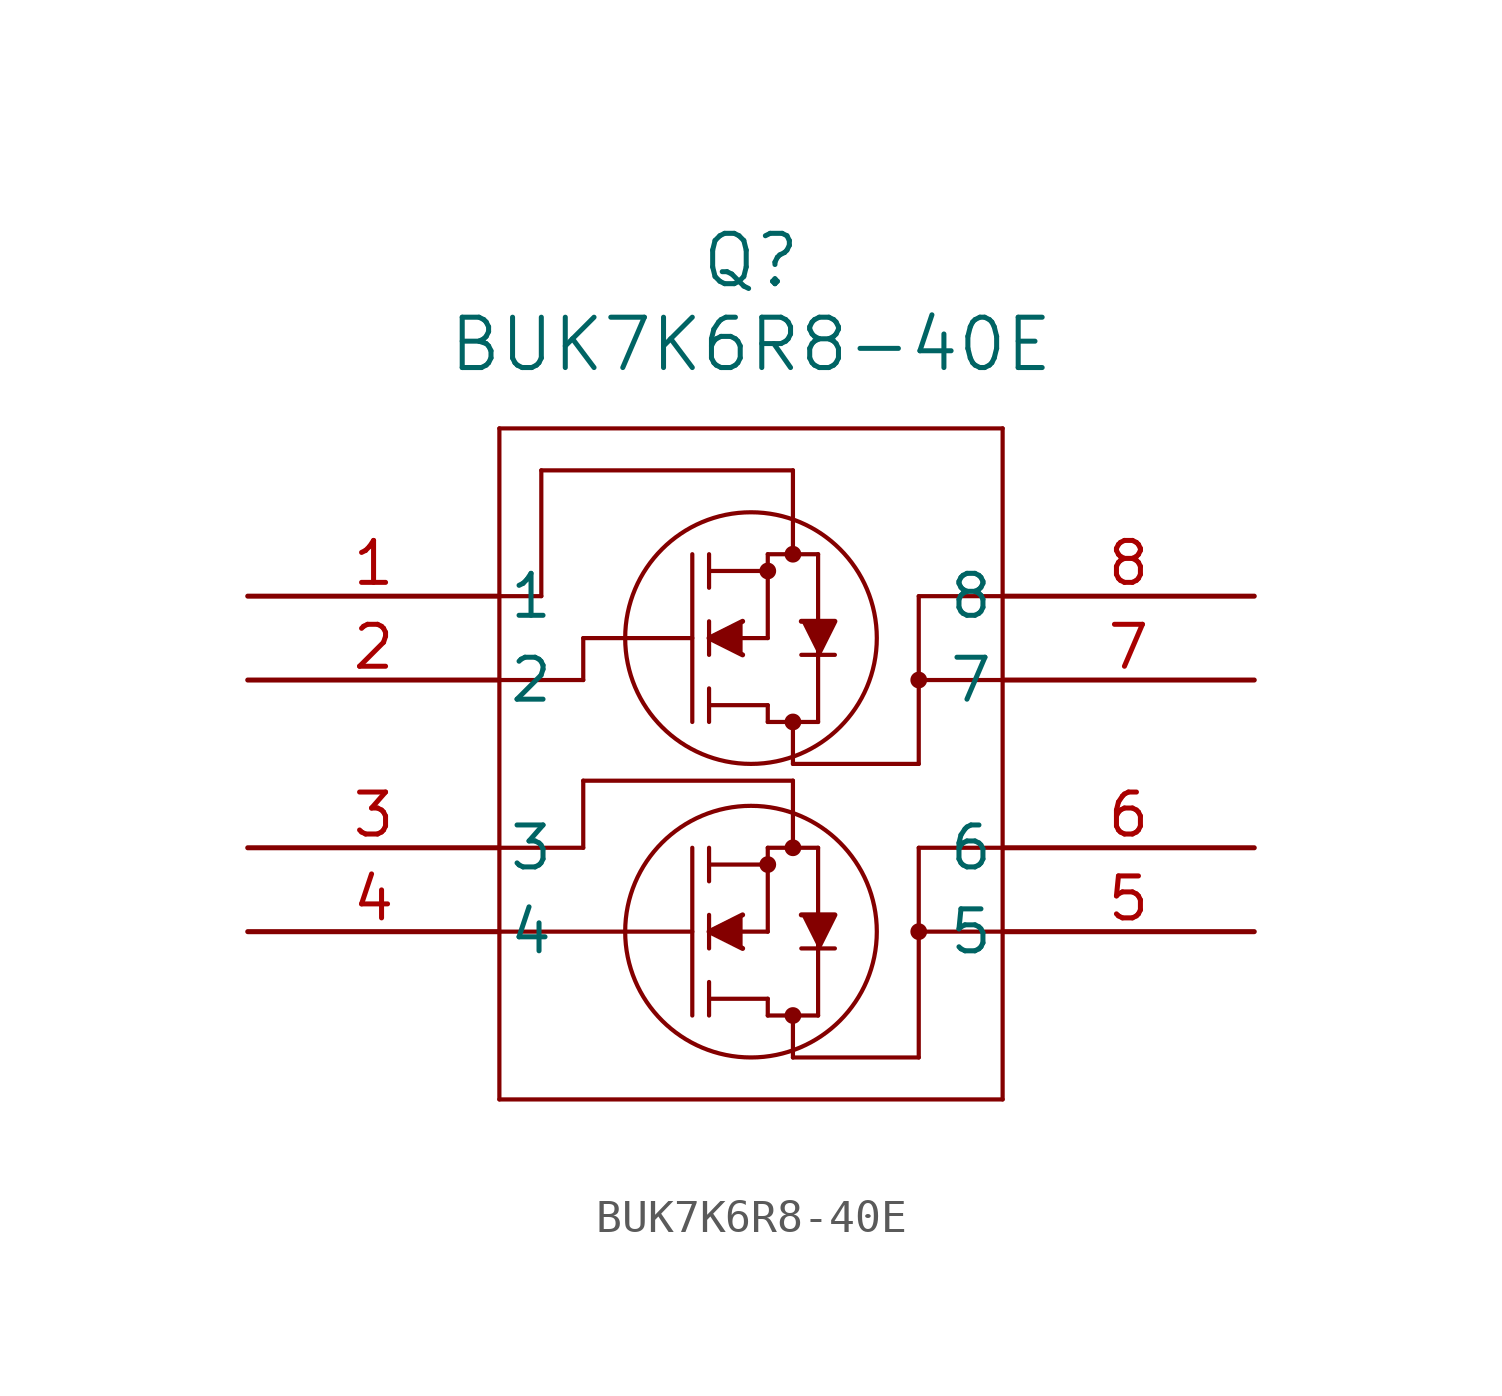
<source format=kicad_sym>
(kicad_symbol_lib
  (version 20231120)
  (generator "kicad_symbol_editor")
  (generator_version "8.0")
  (symbol "BUK7K6R8-40E"
    (pin_names
      (offset 0.254))
    (property "Reference" "Q"
      (at 15.24 10.16 0)
      (effects (font (size 1.524 1.524))))
    (property "Value" "BUK7K6R8-40E"
      (at 15.24 7.62 0)
      (effects (font (size 1.524 1.524))))
    (property "ki_locked" ""
      (at 0 0 0)
      (effects (font (size 1.27 1.27))))
    (symbol "BUK7K6R8-40E_0_1"
      (polyline (pts (xy 7.62 -15.24) (xy 22.86 -15.24)) (stroke (width 0.127) (type default)) (fill (type none)))
      (polyline (pts (xy 7.62 -10.16) (xy 13.462 -10.16)) (stroke (width 0.127) (type default)) (fill (type none)))
      (polyline (pts (xy 7.62 -2.54) (xy 10.16 -2.54)) (stroke (width 0.127) (type default)) (fill (type none)))
      (polyline (pts (xy 7.62 5.08) (xy 7.62 -15.24)) (stroke (width 0.127) (type default)) (fill (type none)))
      (polyline (pts (xy 8.89 0) (xy 7.62 0)) (stroke (width 0.127) (type default)) (fill (type none)))
      (polyline (pts (xy 8.89 0) (xy 8.89 3.81)) (stroke (width 0.127) (type default)) (fill (type none)))
      (polyline (pts (xy 8.89 3.81) (xy 16.51 3.81)) (stroke (width 0.127) (type default)) (fill (type none)))
      (polyline (pts (xy 10.16 -7.62) (xy 7.62 -7.62)) (stroke (width 0.127) (type default)) (fill (type none)))
      (polyline (pts (xy 10.16 -5.588) (xy 10.16 -7.62)) (stroke (width 0.127) (type default)) (fill (type none)))
      (polyline (pts (xy 10.16 -5.588) (xy 16.51 -5.588)) (stroke (width 0.127) (type default)) (fill (type none)))
      (polyline (pts (xy 10.16 -1.27) (xy 10.16 -2.54)) (stroke (width 0.127) (type default)) (fill (type none)))
      (polyline (pts (xy 13.462 -7.62) (xy 13.462 -12.7)) (stroke (width 0.127) (type default)) (fill (type none)))
      (polyline (pts (xy 13.462 -1.27) (xy 10.16 -1.27)) (stroke (width 0.127) (type default)) (fill (type none)))
      (polyline (pts (xy 13.462 1.27) (xy 13.462 -3.81)) (stroke (width 0.127) (type default)) (fill (type none)))
      (polyline (pts (xy 13.97 -12.192) (xy 15.748 -12.192)) (stroke (width 0.127) (type default)) (fill (type none)))
      (polyline (pts (xy 13.97 -11.684) (xy 13.97 -12.7)) (stroke (width 0.127) (type default)) (fill (type none)))
      (polyline (pts (xy 13.97 -10.16) (xy 15.748 -10.16)) (stroke (width 0.127) (type default)) (fill (type none)))
      (polyline (pts (xy 13.97 -9.652) (xy 13.97 -10.668)) (stroke (width 0.127) (type default)) (fill (type none)))
      (polyline (pts (xy 13.97 -8.128) (xy 15.748 -8.128)) (stroke (width 0.127) (type default)) (fill (type none)))
      (polyline (pts (xy 13.97 -7.62) (xy 13.97 -8.636)) (stroke (width 0.127) (type default)) (fill (type none)))
      (polyline (pts (xy 13.97 -3.302) (xy 15.748 -3.302)) (stroke (width 0.127) (type default)) (fill (type none)))
      (polyline (pts (xy 13.97 -2.794) (xy 13.97 -3.81)) (stroke (width 0.127) (type default)) (fill (type none)))
      (polyline (pts (xy 13.97 -1.27) (xy 15.748 -1.27)) (stroke (width 0.127) (type default)) (fill (type none)))
      (polyline (pts (xy 13.97 -0.762) (xy 13.97 -1.778)) (stroke (width 0.127) (type default)) (fill (type none)))
      (polyline (pts (xy 13.97 0.762) (xy 15.748 0.762)) (stroke (width 0.127) (type default)) (fill (type none)))
      (polyline (pts (xy 13.97 1.27) (xy 13.97 0.254)) (stroke (width 0.127) (type default)) (fill (type none)))
      (polyline (pts (xy 15.748 -12.7) (xy 17.272 -12.7)) (stroke (width 0.127) (type default)) (fill (type none)))
      (polyline (pts (xy 15.748 -12.192) (xy 15.748 -12.7)) (stroke (width 0.127) (type default)) (fill (type none)))
      (polyline (pts (xy 15.748 -7.62) (xy 15.748 -10.16)) (stroke (width 0.127) (type default)) (fill (type none)))
      (polyline (pts (xy 15.748 -7.62) (xy 17.272 -7.62)) (stroke (width 0.127) (type default)) (fill (type none)))
      (polyline (pts (xy 15.748 -3.81) (xy 17.272 -3.81)) (stroke (width 0.127) (type default)) (fill (type none)))
      (polyline (pts (xy 15.748 -3.302) (xy 15.748 -3.81)) (stroke (width 0.127) (type default)) (fill (type none)))
      (polyline (pts (xy 15.748 1.27) (xy 15.748 -1.27)) (stroke (width 0.127) (type default)) (fill (type none)))
      (polyline (pts (xy 15.748 1.27) (xy 17.272 1.27)) (stroke (width 0.127) (type default)) (fill (type none)))
      (polyline (pts (xy 16.51 -13.97) (xy 16.51 -12.7)) (stroke (width 0.127) (type default)) (fill (type none)))
      (polyline (pts (xy 16.51 -13.97) (xy 20.32 -13.97)) (stroke (width 0.127) (type default)) (fill (type none)))
      (polyline (pts (xy 16.51 -7.62) (xy 16.51 -5.588)) (stroke (width 0.127) (type default)) (fill (type none)))
      (polyline (pts (xy 16.51 -5.08) (xy 16.51 -3.81)) (stroke (width 0.127) (type default)) (fill (type none)))
      (polyline (pts (xy 16.51 -5.08) (xy 20.32 -5.08)) (stroke (width 0.127) (type default)) (fill (type none)))
      (polyline (pts (xy 16.51 1.27) (xy 16.51 3.81)) (stroke (width 0.127) (type default)) (fill (type none)))
      (polyline (pts (xy 16.764 -10.668) (xy 17.78 -10.668)) (stroke (width 0.127) (type default)) (fill (type none)))
      (polyline (pts (xy 16.764 -1.778) (xy 17.78 -1.778)) (stroke (width 0.127) (type default)) (fill (type none)))
      (polyline (pts (xy 17.272 -7.62) (xy 17.272 -12.7)) (stroke (width 0.127) (type default)) (fill (type none)))
      (polyline (pts (xy 17.272 1.27) (xy 17.272 -3.81)) (stroke (width 0.127) (type default)) (fill (type none)))
      (polyline (pts (xy 20.32 -13.97) (xy 20.32 -7.62)) (stroke (width 0.127) (type default)) (fill (type none)))
      (polyline (pts (xy 20.32 -10.16) (xy 22.86 -10.16)) (stroke (width 0.127) (type default)) (fill (type none)))
      (polyline (pts (xy 20.32 -7.62) (xy 22.86 -7.62)) (stroke (width 0.127) (type default)) (fill (type none)))
      (polyline (pts (xy 20.32 -5.08) (xy 20.32 0)) (stroke (width 0.127) (type default)) (fill (type none)))
      (polyline (pts (xy 20.32 -2.54) (xy 22.86 -2.54)) (stroke (width 0.127) (type default)) (fill (type none)))
      (polyline (pts (xy 20.32 0) (xy 22.86 0)) (stroke (width 0.127) (type default)) (fill (type none)))
      (polyline (pts (xy 22.86 -15.24) (xy 22.86 5.08)) (stroke (width 0.127) (type default)) (fill (type none)))
      (polyline (pts (xy 22.86 5.08) (xy 7.62 5.08)) (stroke (width 0.127) (type default)) (fill (type none)))
      (polyline (pts (xy 14.986 -9.652) (xy 13.97 -10.16) (xy 14.986 -10.668)) (stroke (width 0) (type default)) (fill (type outline)))
      (polyline (pts (xy 14.986 -0.762) (xy 13.97 -1.27) (xy 14.986 -1.778)) (stroke (width 0) (type default)) (fill (type outline)))
      (polyline (pts (xy 16.764 -9.652) (xy 17.78 -9.652) (xy 17.272 -10.668)) (stroke (width 0) (type default)) (fill (type outline)))
      (polyline (pts (xy 16.764 -0.762) (xy 17.78 -0.762) (xy 17.272 -1.778)) (stroke (width 0) (type default)) (fill (type outline)))
      (circle (center 15.24 -10.16) (radius 3.81) (stroke (width 0.127) (type default)) (fill (type none)))
      (circle (center 15.24 -1.27) (radius 3.81) (stroke (width 0.127) (type default)) (fill (type none)))
      (circle (center 15.748 -8.128) (radius 0.127) (stroke (width 0.254) (type default)) (fill (type none)))
      (circle (center 15.748 0.762) (radius 0.127) (stroke (width 0.254) (type default)) (fill (type none)))
      (circle (center 16.51 -12.7) (radius 0.127) (stroke (width 0.254) (type default)) (fill (type none)))
      (circle (center 16.51 -7.62) (radius 0.127) (stroke (width 0.254) (type default)) (fill (type none)))
      (circle (center 16.51 -3.81) (radius 0.127) (stroke (width 0.254) (type default)) (fill (type none)))
      (circle (center 16.51 1.27) (radius 0.127) (stroke (width 0.254) (type default)) (fill (type none)))
      (circle (center 20.32 -10.16) (radius 0.127) (stroke (width 0.254) (type default)) (fill (type none)))
      (circle (center 20.32 -2.54) (radius 0.127) (stroke (width 0.254) (type default)) (fill (type none)))
      (pin unspecified line (at 0 0 0) (length 7.62) (name "1" (effects (font (size 1.27 1.27)))) (number "1" (effects (font (size 1.27 1.27)))))
      (pin unspecified line (at 0 -2.54 0) (length 7.62) (name "2" (effects (font (size 1.27 1.27)))) (number "2" (effects (font (size 1.27 1.27)))))
      (pin unspecified line (at 0 -7.62 0) (length 7.62) (name "3" (effects (font (size 1.27 1.27)))) (number "3" (effects (font (size 1.27 1.27)))))
      (pin unspecified line (at 0 -10.16 0) (length 7.62) (name "4" (effects (font (size 1.27 1.27)))) (number "4" (effects (font (size 1.27 1.27)))))
      (pin unspecified line (at 30.48 -10.16 180) (length 7.62) (name "5" (effects (font (size 1.27 1.27)))) (number "5" (effects (font (size 1.27 1.27)))))
      (pin unspecified line (at 30.48 -7.62 180) (length 7.62) (name "6" (effects (font (size 1.27 1.27)))) (number "6" (effects (font (size 1.27 1.27)))))
      (pin unspecified line (at 30.48 -2.54 180) (length 7.62) (name "7" (effects (font (size 1.27 1.27)))) (number "7" (effects (font (size 1.27 1.27)))))
      (pin unspecified line (at 30.48 0 180) (length 7.62) (name "8" (effects (font (size 1.27 1.27)))) (number "8" (effects (font (size 1.27 1.27))))))))
</source>
